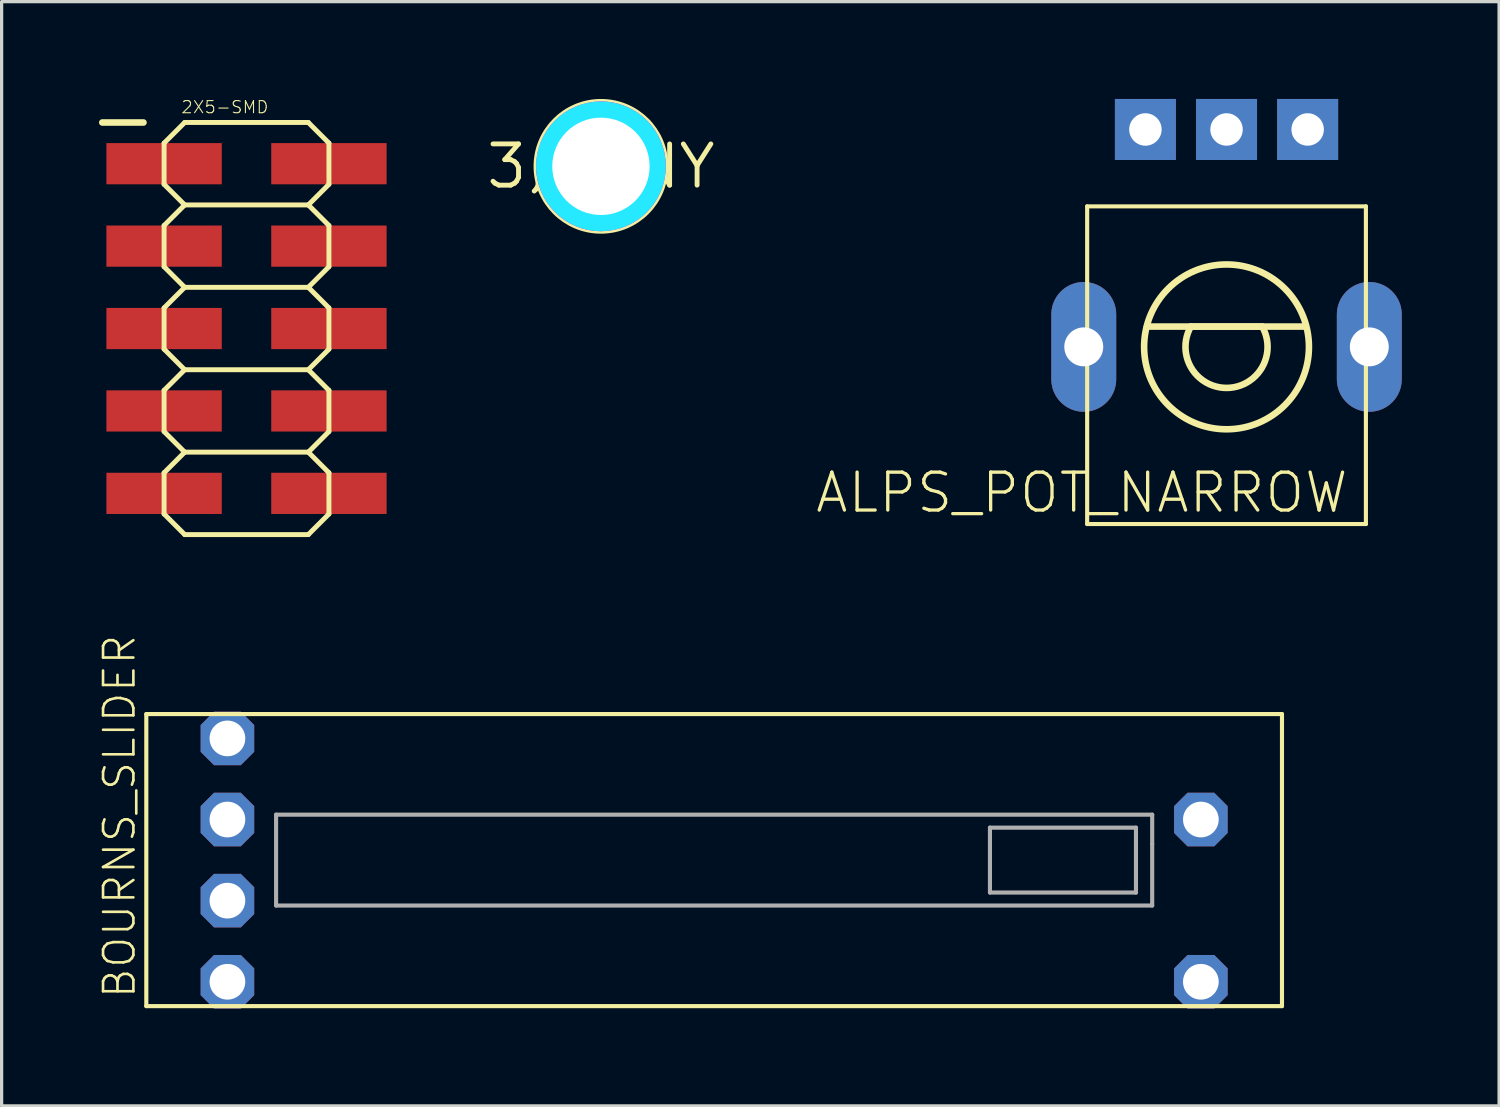
<source format=kicad_pcb>
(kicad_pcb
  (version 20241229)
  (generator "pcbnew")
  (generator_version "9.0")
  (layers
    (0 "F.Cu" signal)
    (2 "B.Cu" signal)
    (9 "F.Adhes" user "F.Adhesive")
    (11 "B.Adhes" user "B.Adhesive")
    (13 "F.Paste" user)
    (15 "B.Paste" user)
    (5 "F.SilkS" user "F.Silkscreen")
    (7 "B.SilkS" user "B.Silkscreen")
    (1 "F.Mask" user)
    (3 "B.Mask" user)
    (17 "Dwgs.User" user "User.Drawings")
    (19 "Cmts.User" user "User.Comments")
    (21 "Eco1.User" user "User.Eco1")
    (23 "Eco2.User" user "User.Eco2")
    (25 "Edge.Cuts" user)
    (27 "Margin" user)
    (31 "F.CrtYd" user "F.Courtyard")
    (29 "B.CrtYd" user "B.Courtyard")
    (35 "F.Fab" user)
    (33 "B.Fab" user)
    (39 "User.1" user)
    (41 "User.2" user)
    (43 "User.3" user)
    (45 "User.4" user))
  (footprint "BOURNS_SLIDER"
    (layer "F.Cu")
    (at 18.959 23.457)
    (property "Reference" "BOURNS_SLIDER" (at -17.78 4.318 90) (layer "F.SilkS") (effects (font (size 0.935 0.935) (thickness 0.081)) (justify left bottom)))
    (fp_line (start -17.5 -4.5) (end -17.5 4.5) (stroke (width 0.127) (type solid)) (layer "F.SilkS"))
    (fp_line (start -17.5 4.5) (end 17.5 4.5) (stroke (width 0.127) (type solid)) (layer "F.SilkS"))
    (fp_line (start 17.5 -4.5) (end -17.5 -4.5) (stroke (width 0.127) (type solid)) (layer "F.SilkS"))
    (fp_line (start 17.5 4.5) (end 17.5 -4.5) (stroke (width 0.127) (type solid)) (layer "F.SilkS"))
    (fp_line (start -13.5 -1.4) (end -13.5 1.4) (stroke (width 0.127) (type solid)) (layer "F.Fab"))
    (fp_line (start -13.5 1.4) (end 13.5 1.4) (stroke (width 0.127) (type solid)) (layer "F.Fab"))
    (fp_line (start 8.5 -1) (end 13 -1) (stroke (width 0.127) (type solid)) (layer "F.Fab"))
    (fp_line (start 8.5 1) (end 8.5 -1) (stroke (width 0.127) (type solid)) (layer "F.Fab"))
    (fp_line (start 13 -1) (end 13 1) (stroke (width 0.127) (type solid)) (layer "F.Fab"))
    (fp_line (start 13 1) (end 8.5 1) (stroke (width 0.127) (type solid)) (layer "F.Fab"))
    (fp_line (start 13.5 -1.4) (end -13.5 -1.4) (stroke (width 0.127) (type solid)) (layer "F.Fab"))
    (fp_line (start 13.5 -0.5) (end 13.5 -1.4) (stroke (width 0.127) (type solid)) (layer "F.Fab"))
    (fp_line (start 13.5 1.4) (end 13.5 -0.5) (stroke (width 0.127) (type solid)) (layer "F.Fab"))
    (pad "1" thru_hole roundrect (at -15 -1.25) (size 1.65 1.65) (drill 1.1) (layers "*.Cu" "*.Mask") (roundrect_rratio 0.25) (chamfer_ratio 0.25) (chamfer top_left top_right bottom_left bottom_right))
    (pad "2" thru_hole roundrect (at -15 -3.75) (size 1.65 1.65) (drill 1.1) (layers "*.Cu" "*.Mask") (roundrect_rratio 0.25) (chamfer_ratio 0.25) (chamfer top_left top_right bottom_left bottom_right))
    (pad "3" thru_hole roundrect (at 15 -1.25) (size 1.65 1.65) (drill 1.1) (layers "*.Cu" "*.Mask") (roundrect_rratio 0.25) (chamfer_ratio 0.25) (chamfer top_left top_right bottom_left bottom_right))
    (pad "B" thru_hole roundrect (at 15 3.75) (size 1.65 1.65) (drill 1.1) (layers "*.Cu" "*.Mask") (roundrect_rratio 0.25) (chamfer_ratio 0.25) (chamfer top_left top_right bottom_left bottom_right))
    (pad "DUMMY" thru_hole roundrect (at -15 1.25) (size 1.65 1.65) (drill 1.1) (layers "*.Cu" "*.Mask") (roundrect_rratio 0.25) (chamfer_ratio 0.25) (chamfer top_left top_right bottom_left bottom_right))
    (pad "E" thru_hole roundrect (at -15 3.75) (size 1.65 1.65) (drill 1.1) (layers "*.Cu" "*.Mask") (roundrect_rratio 0.25) (chamfer_ratio 0.25) (chamfer top_left top_right bottom_left bottom_right)))
  (footprint "ALPS_POT_NARROW"
    (layer "F.Cu")
    (at 34.75 7.64)
    (property "Reference" "ALPS_POT_NARROW" (at 3.81 3.81 0) (layer "F.SilkS") (effects (font (size 1.168 1.168) (thickness 0.102)) (justify right top)))
    (fp_line (start -4.295 -4.33) (end 4.295 -4.33) (stroke (width 0.127) (type solid)) (layer "F.SilkS"))
    (fp_line (start -4.295 5.46) (end -4.295 -4.33) (stroke (width 0.127) (type solid)) (layer "F.SilkS"))
    (fp_line (start -2.45 -0.625) (end 2.425 -0.625) (stroke (width 0.203) (type solid)) (layer "F.SilkS"))
    (fp_line (start -1.1 -0.625) (end 1.1 -0.625) (stroke (width 0.203) (type solid)) (layer "F.SilkS"))
    (fp_line (start 4.295 -4.33) (end 4.295 5.46) (stroke (width 0.127) (type solid)) (layer "F.SilkS"))
    (fp_line (start 4.295 5.46) (end -4.295 5.46) (stroke (width 0.127) (type solid)) (layer "F.SilkS"))
    (fp_arc (start 1.1 -0.625) (mid 0 1.265158) (end -1.1 -0.625) (stroke (width 0.2032) (type solid)) (layer "F.SilkS"))
    (fp_circle (center 0 0) (end 2.54 0) (stroke (width 0.203) (type solid)) (fill no) (layer "F.SilkS"))
    (pad "P$1" thru_hole rect (at -2.5 -6.7 270) (size 1.88 1.88) (drill 1) (layers "*.Cu" "*.Mask"))
    (pad "P$2" thru_hole rect (at 0 -6.7 270) (size 1.88 1.88) (drill 1) (layers "*.Cu" "*.Mask"))
    (pad "P$3" thru_hole rect (at 2.5 -6.7 270) (size 1.88 1.88) (drill 1) (layers "*.Cu" "*.Mask"))
    (pad "P$4" thru_hole oval (at -4.4 0 270) (size 4 2) (drill 1.2) (layers "*.Cu" "*.Mask"))
    (pad "P$5" thru_hole oval (at 4.4 0 270) (size 4 2) (drill 1.2) (layers "*.Cu" "*.Mask")))
  (footprint "2X5-SMD"
    (layer "F.Cu")
    (at 4.547 7.075)
    (property "Reference" "2X5-SMD" (at -2.032 -6.604 0) (layer "F.SilkS") (effects (font (size 0.374 0.374) (thickness 0.033)) (justify left bottom)))
    (fp_line (start -4.445 -6.35) (end -3.175 -6.35) (stroke (width 0.203) (type solid)) (layer "F.SilkS"))
    (fp_line (start -2.54 -5.715) (end -2.54 -4.445) (stroke (width 0.152) (type solid)) (layer "F.SilkS"))
    (fp_line (start -2.54 -4.445) (end -1.905 -3.81) (stroke (width 0.152) (type solid)) (layer "F.SilkS"))
    (fp_line (start -2.54 -3.175) (end -2.54 -1.905) (stroke (width 0.152) (type solid)) (layer "F.SilkS"))
    (fp_line (start -2.54 -1.905) (end -1.905 -1.27) (stroke (width 0.152) (type solid)) (layer "F.SilkS"))
    (fp_line (start -2.54 -0.635) (end -2.54 0.635) (stroke (width 0.152) (type solid)) (layer "F.SilkS"))
    (fp_line (start -2.54 0.635) (end -1.905 1.27) (stroke (width 0.152) (type solid)) (layer "F.SilkS"))
    (fp_line (start -2.54 1.905) (end -2.54 3.175) (stroke (width 0.152) (type solid)) (layer "F.SilkS"))
    (fp_line (start -2.54 3.175) (end -1.905 3.81) (stroke (width 0.152) (type solid)) (layer "F.SilkS"))
    (fp_line (start -2.54 4.445) (end -2.54 5.715) (stroke (width 0.152) (type solid)) (layer "F.SilkS"))
    (fp_line (start -2.54 5.715) (end -1.905 6.35) (stroke (width 0.152) (type solid)) (layer "F.SilkS"))
    (fp_line (start -1.905 -6.35) (end -2.54 -5.715) (stroke (width 0.152) (type solid)) (layer "F.SilkS"))
    (fp_line (start -1.905 -6.35) (end 1.905 -6.35) (stroke (width 0.152) (type solid)) (layer "F.SilkS"))
    (fp_line (start -1.905 -3.81) (end -2.54 -3.175) (stroke (width 0.152) (type solid)) (layer "F.SilkS"))
    (fp_line (start -1.905 -1.27) (end -2.54 -0.635) (stroke (width 0.152) (type solid)) (layer "F.SilkS"))
    (fp_line (start -1.905 1.27) (end -2.54 1.905) (stroke (width 0.152) (type solid)) (layer "F.SilkS"))
    (fp_line (start -1.905 3.81) (end -2.54 4.445) (stroke (width 0.152) (type solid)) (layer "F.SilkS"))
    (fp_line (start -1.905 6.35) (end 1.905 6.35) (stroke (width 0.152) (type solid)) (layer "F.SilkS"))
    (fp_line (start 1.905 -6.35) (end 2.54 -5.715) (stroke (width 0.152) (type solid)) (layer "F.SilkS"))
    (fp_line (start 1.905 -3.81) (end -1.905 -3.81) (stroke (width 0.152) (type solid)) (layer "F.SilkS"))
    (fp_line (start 1.905 -3.81) (end 2.54 -3.175) (stroke (width 0.152) (type solid)) (layer "F.SilkS"))
    (fp_line (start 1.905 -1.27) (end -1.905 -1.27) (stroke (width 0.152) (type solid)) (layer "F.SilkS"))
    (fp_line (start 1.905 -1.27) (end 2.54 -0.635) (stroke (width 0.152) (type solid)) (layer "F.SilkS"))
    (fp_line (start 1.905 1.27) (end -1.905 1.27) (stroke (width 0.152) (type solid)) (layer "F.SilkS"))
    (fp_line (start 1.905 1.27) (end 2.54 1.905) (stroke (width 0.152) (type solid)) (layer "F.SilkS"))
    (fp_line (start 1.905 3.81) (end -1.905 3.81) (stroke (width 0.152) (type solid)) (layer "F.SilkS"))
    (fp_line (start 1.905 3.81) (end 2.54 4.445) (stroke (width 0.152) (type solid)) (layer "F.SilkS"))
    (fp_line (start 2.54 -5.715) (end 2.54 -4.445) (stroke (width 0.152) (type solid)) (layer "F.SilkS"))
    (fp_line (start 2.54 -4.445) (end 1.905 -3.81) (stroke (width 0.152) (type solid)) (layer "F.SilkS"))
    (fp_line (start 2.54 -3.175) (end 2.54 -1.905) (stroke (width 0.152) (type solid)) (layer "F.SilkS"))
    (fp_line (start 2.54 -1.905) (end 1.905 -1.27) (stroke (width 0.152) (type solid)) (layer "F.SilkS"))
    (fp_line (start 2.54 -0.635) (end 2.54 0.635) (stroke (width 0.152) (type solid)) (layer "F.SilkS"))
    (fp_line (start 2.54 0.635) (end 1.905 1.27) (stroke (width 0.152) (type solid)) (layer "F.SilkS"))
    (fp_line (start 2.54 1.905) (end 2.54 3.175) (stroke (width 0.152) (type solid)) (layer "F.SilkS"))
    (fp_line (start 2.54 3.175) (end 1.905 3.81) (stroke (width 0.152) (type solid)) (layer "F.SilkS"))
    (fp_line (start 2.54 4.445) (end 2.54 5.715) (stroke (width 0.152) (type solid)) (layer "F.SilkS"))
    (fp_line (start 2.54 5.715) (end 1.905 6.35) (stroke (width 0.152) (type solid)) (layer "F.SilkS"))
    (pad "1" smd rect (at -2.54 -5.08) (size 3.556 1.27) (layers "F.Cu" "F.Mask" "F.Paste"))
    (pad "2" smd rect (at 2.54 -5.08) (size 3.556 1.27) (layers "F.Cu" "F.Mask" "F.Paste"))
    (pad "3" smd rect (at -2.54 -2.54) (size 3.556 1.27) (layers "F.Cu" "F.Mask" "F.Paste"))
    (pad "4" smd rect (at 2.54 -2.54) (size 3.556 1.27) (layers "F.Cu" "F.Mask" "F.Paste"))
    (pad "5" smd rect (at -2.54 0) (size 3.556 1.27) (layers "F.Cu" "F.Mask" "F.Paste"))
    (pad "6" smd rect (at 2.54 0) (size 3.556 1.27) (layers "F.Cu" "F.Mask" "F.Paste"))
    (pad "7" smd rect (at -2.54 2.54) (size 3.556 1.27) (layers "F.Cu" "F.Mask" "F.Paste"))
    (pad "8" smd rect (at 2.54 2.54) (size 3.556 1.27) (layers "F.Cu" "F.Mask" "F.Paste"))
    (pad "9" smd rect (at -2.54 5.08) (size 3.556 1.27) (layers "F.Cu" "F.Mask" "F.Paste"))
    (pad "10" smd rect (at 2.54 5.08) (size 3.556 1.27) (layers "F.Cu" "F.Mask" "F.Paste")))
  (footprint "3,0TINY"
    (layer "F.Cu")
    (at 15.47 2.076)
    (property "Reference" "3,0TINY" (at 0 0 0) (layer "F.SilkS") (effects (font (size 1.27 1.27) (thickness 0.15))))
    (fp_circle (center 0 0) (end 1.5 0) (stroke (width 0.203) (type solid)) (fill no) (layer "F.SilkS"))
    (fp_circle (center 0 0) (end 2 0) (stroke (width 0.152) (type solid)) (fill no) (layer "F.SilkS"))
    (fp_circle (center 0 0) (end 1 0) (stroke (width 2) (type solid)) (fill no) (layer "B.CrtYd"))
    (fp_circle (center 0 0) (end 1 0) (stroke (width 2) (type solid)) (fill no) (layer "F.CrtYd"))
    (fp_arc (start 0 -1.5) (mid 1.06066 -1.06066) (end 1.5 0) (stroke (width 1) (type solid)) (layer "F.Fab"))
    (fp_arc (start 0 1.5) (mid -1.06066 1.06066) (end -1.5 0) (stroke (width 1) (type solid)) (layer "F.Fab"))
    (fp_circle (center 0 0) (end 0.635 0) (stroke (width 0.457) (type solid)) (fill no) (layer "F.Fab"))
    (pad "" np_thru_hole circle (at 0 0) (size 3 3) (drill 3) (layers "*.Cu" "*.Mask"))
    (zone (net_name "") (layer "F.Cu") (hatch edge 0.508) (connect_pads) (min_thickness 0.254) (filled_areas_thickness no) (keepout (tracks not_allowed) (vias not_allowed) (pads not_allowed) (copperpour not_allowed) (footprints allowed)) (placement (enabled no)) (fill) (polygon (pts (xy 17.47 2.076) (xy 17.44 1.729) (xy 17.35 1.392) (xy 17.202 1.076) (xy 17.002 0.791) (xy 16.756 0.544) (xy 16.47 0.344) (xy 16.154 0.197) (xy 15.818 0.107) (xy 15.47 0.076) (xy 15.123 0.107) (xy 14.786 0.197) (xy 14.47 0.344) (xy 14.185 0.544) (xy 13.938 0.791) (xy 13.738 1.076) (xy 13.591 1.392) (xy 13.501 1.729) (xy 13.47 2.076) (xy 13.501 2.423) (xy 13.591 2.76) (xy 13.738 3.076) (xy 13.938 3.362) (xy 14.185 3.608) (xy 14.47 3.808) (xy 14.786 3.956) (xy 15.123 4.046) (xy 15.47 4.076) (xy 15.818 4.046) (xy 16.154 3.956) (xy 16.47 3.808) (xy 16.756 3.608) (xy 17.002 3.362) (xy 17.202 3.076) (xy 17.35 2.76) (xy 17.44 2.423))) (polygon (pts (xy 15.47 2.076))))
    (zone (net_name "") (layers "F.Cu" "B.Cu") (hatch edge 0.508) (connect_pads) (min_thickness 0.254) (filled_areas_thickness no) (keepout (tracks allowed) (vias not_allowed) (pads allowed) (copperpour allowed) (footprints allowed)) (placement (enabled no)) (fill) (polygon (pts (xy 17.47 2.076) (xy 17.44 1.729) (xy 17.35 1.392) (xy 17.202 1.076) (xy 17.002 0.791) (xy 16.756 0.544) (xy 16.47 0.344) (xy 16.154 0.197) (xy 15.818 0.107) (xy 15.47 0.076) (xy 15.123 0.107) (xy 14.786 0.197) (xy 14.47 0.344) (xy 14.185 0.544) (xy 13.938 0.791) (xy 13.738 1.076) (xy 13.591 1.392) (xy 13.501 1.729) (xy 13.47 2.076) (xy 13.501 2.423) (xy 13.591 2.76) (xy 13.738 3.076) (xy 13.938 3.362) (xy 14.185 3.608) (xy 14.47 3.808) (xy 14.786 3.956) (xy 15.123 4.046) (xy 15.47 4.076) (xy 15.818 4.046) (xy 16.154 3.956) (xy 16.47 3.808) (xy 16.756 3.608) (xy 17.002 3.362) (xy 17.202 3.076) (xy 17.35 2.76) (xy 17.44 2.423))) (polygon (pts (xy 15.47 2.076))))
    (zone (net_name "") (layer "B.Cu") (hatch edge 0.508) (connect_pads) (min_thickness 0.254) (filled_areas_thickness no) (keepout (tracks not_allowed) (vias not_allowed) (pads not_allowed) (copperpour not_allowed) (footprints allowed)) (placement (enabled no)) (fill) (polygon (pts (xy 17.47 2.076) (xy 17.44 1.729) (xy 17.35 1.392) (xy 17.202 1.076) (xy 17.002 0.791) (xy 16.756 0.544) (xy 16.47 0.344) (xy 16.154 0.197) (xy 15.818 0.107) (xy 15.47 0.076) (xy 15.123 0.107) (xy 14.786 0.197) (xy 14.47 0.344) (xy 14.185 0.544) (xy 13.938 0.791) (xy 13.738 1.076) (xy 13.591 1.392) (xy 13.501 1.729) (xy 13.47 2.076) (xy 13.501 2.423) (xy 13.591 2.76) (xy 13.738 3.076) (xy 13.938 3.362) (xy 14.185 3.608) (xy 14.47 3.808) (xy 14.786 3.956) (xy 15.123 4.046) (xy 15.47 4.076) (xy 15.818 4.046) (xy 16.154 3.956) (xy 16.47 3.808) (xy 16.756 3.608) (xy 17.002 3.362) (xy 17.202 3.076) (xy 17.35 2.76) (xy 17.44 2.423))) (polygon (pts (xy 15.47 2.076)))))
  (gr_rect
    (start -3 -3)
    (end 43.15 31.032)
    (stroke (width 0.1) (type default))
    (fill no)
    (layer "Edge.Cuts")))
</source>
